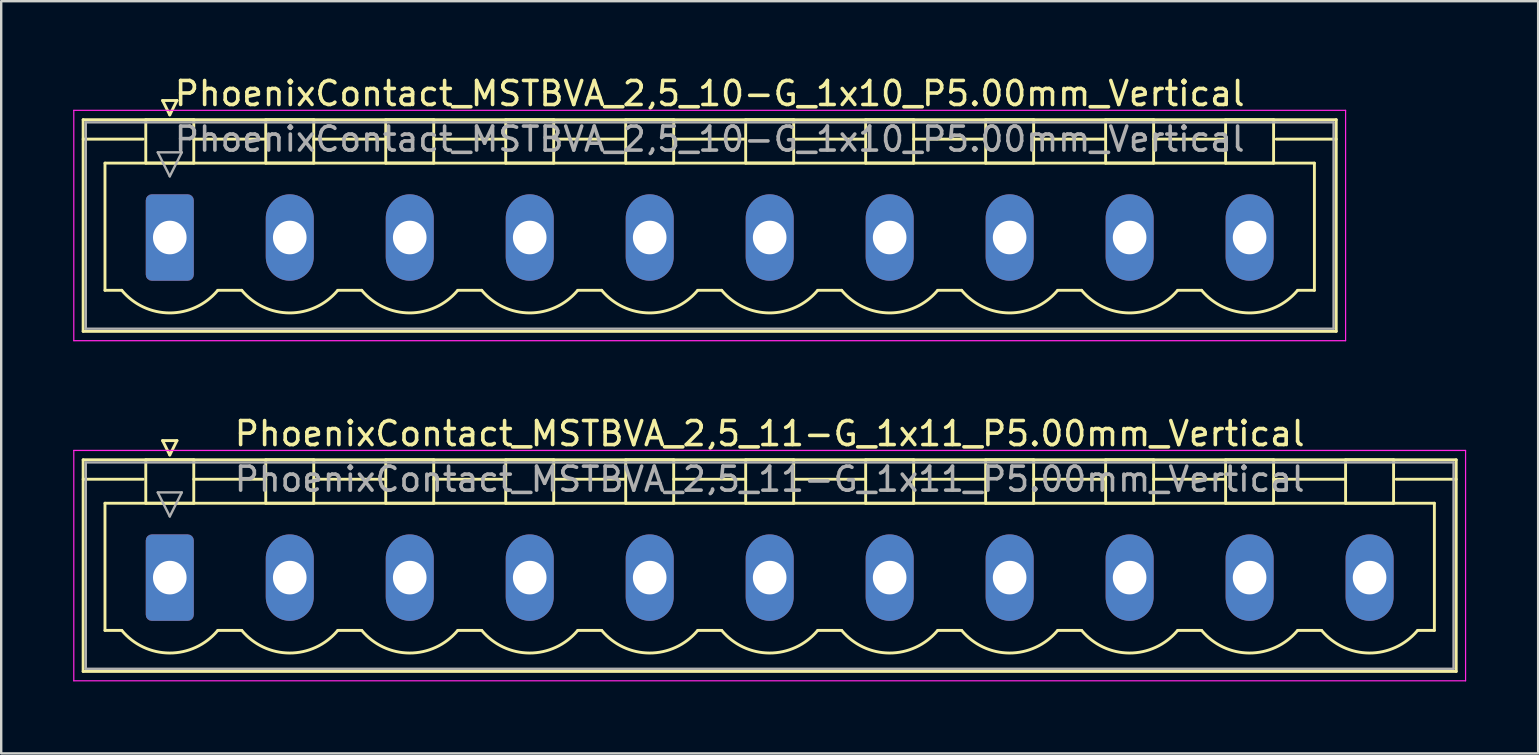
<source format=kicad_pcb>
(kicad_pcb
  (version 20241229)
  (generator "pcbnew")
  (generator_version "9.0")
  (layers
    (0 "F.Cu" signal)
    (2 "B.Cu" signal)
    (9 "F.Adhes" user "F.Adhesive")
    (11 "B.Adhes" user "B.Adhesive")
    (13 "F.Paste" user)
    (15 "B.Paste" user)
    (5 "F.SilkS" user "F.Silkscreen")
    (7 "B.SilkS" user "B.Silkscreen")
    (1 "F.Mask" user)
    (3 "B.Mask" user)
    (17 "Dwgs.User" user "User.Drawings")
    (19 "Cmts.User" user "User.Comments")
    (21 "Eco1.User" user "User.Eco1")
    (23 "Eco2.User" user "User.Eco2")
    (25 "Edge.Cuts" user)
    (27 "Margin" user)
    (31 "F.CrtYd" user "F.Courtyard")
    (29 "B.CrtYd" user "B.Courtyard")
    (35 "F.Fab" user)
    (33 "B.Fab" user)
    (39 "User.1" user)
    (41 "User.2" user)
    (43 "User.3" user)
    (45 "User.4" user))
  (footprint "PhoenixContact_MSTBVA_2,5_10-G_1x10_P5.00mm_Vertical"
    (layer "F.Cu")
    (at 4.025 6.848)
    (property "Reference" "PhoenixContact_MSTBVA_2,5_10-G_1x10_P5.00mm_Vertical" (at 22.5 -6 0) (layer "F.SilkS") (effects (font (size 1 1) (thickness 0.15))))
    (attr through_hole)
    (fp_line (start -3.61 -4.91) (end -3.61 3.91) (stroke (width 0.12) (type solid)) (layer "F.SilkS"))
    (fp_line (start -3.61 -4.1) (end -1.11 -4.1) (stroke (width 0.12) (type solid)) (layer "F.SilkS"))
    (fp_line (start -3.61 3.91) (end 48.61 3.91) (stroke (width 0.12) (type solid)) (layer "F.SilkS"))
    (fp_line (start -2.7 -3.1) (end 47.7 -3.1) (stroke (width 0.12) (type solid)) (layer "F.SilkS"))
    (fp_line (start -2.7 2.2) (end -2.7 -3.1) (stroke (width 0.12) (type solid)) (layer "F.SilkS"))
    (fp_line (start -2 2.2) (end -2.7 2.2) (stroke (width 0.12) (type solid)) (layer "F.SilkS"))
    (fp_line (start -1 -4.91) (end 1 -4.91) (stroke (width 0.12) (type solid)) (layer "F.SilkS"))
    (fp_line (start -1 -3.1) (end -1 -4.91) (stroke (width 0.12) (type solid)) (layer "F.SilkS"))
    (fp_line (start -0.3 -5.71) (end 0.3 -5.71) (stroke (width 0.12) (type solid)) (layer "F.SilkS"))
    (fp_line (start 0 -5.11) (end -0.3 -5.71) (stroke (width 0.12) (type solid)) (layer "F.SilkS"))
    (fp_line (start 0.3 -5.71) (end 0 -5.11) (stroke (width 0.12) (type solid)) (layer "F.SilkS"))
    (fp_line (start 1 -4.91) (end 1 -3.1) (stroke (width 0.12) (type solid)) (layer "F.SilkS"))
    (fp_line (start 1 -4.1) (end 4 -4.1) (stroke (width 0.12) (type solid)) (layer "F.SilkS"))
    (fp_line (start 1 -3.1) (end -1 -3.1) (stroke (width 0.12) (type solid)) (layer "F.SilkS"))
    (fp_line (start 2 2.2) (end 3 2.2) (stroke (width 0.12) (type solid)) (layer "F.SilkS"))
    (fp_line (start 4 -4.91) (end 6 -4.91) (stroke (width 0.12) (type solid)) (layer "F.SilkS"))
    (fp_line (start 4 -3.1) (end 4 -4.91) (stroke (width 0.12) (type solid)) (layer "F.SilkS"))
    (fp_line (start 6 -4.91) (end 6 -3.1) (stroke (width 0.12) (type solid)) (layer "F.SilkS"))
    (fp_line (start 6 -4.1) (end 9 -4.1) (stroke (width 0.12) (type solid)) (layer "F.SilkS"))
    (fp_line (start 6 -3.1) (end 4 -3.1) (stroke (width 0.12) (type solid)) (layer "F.SilkS"))
    (fp_line (start 7 2.2) (end 8 2.2) (stroke (width 0.12) (type solid)) (layer "F.SilkS"))
    (fp_line (start 9 -4.91) (end 11 -4.91) (stroke (width 0.12) (type solid)) (layer "F.SilkS"))
    (fp_line (start 9 -3.1) (end 9 -4.91) (stroke (width 0.12) (type solid)) (layer "F.SilkS"))
    (fp_line (start 11 -4.91) (end 11 -3.1) (stroke (width 0.12) (type solid)) (layer "F.SilkS"))
    (fp_line (start 11 -4.1) (end 14 -4.1) (stroke (width 0.12) (type solid)) (layer "F.SilkS"))
    (fp_line (start 11 -3.1) (end 9 -3.1) (stroke (width 0.12) (type solid)) (layer "F.SilkS"))
    (fp_line (start 12 2.2) (end 13 2.2) (stroke (width 0.12) (type solid)) (layer "F.SilkS"))
    (fp_line (start 14 -4.91) (end 16 -4.91) (stroke (width 0.12) (type solid)) (layer "F.SilkS"))
    (fp_line (start 14 -3.1) (end 14 -4.91) (stroke (width 0.12) (type solid)) (layer "F.SilkS"))
    (fp_line (start 16 -4.91) (end 16 -3.1) (stroke (width 0.12) (type solid)) (layer "F.SilkS"))
    (fp_line (start 16 -4.1) (end 19 -4.1) (stroke (width 0.12) (type solid)) (layer "F.SilkS"))
    (fp_line (start 16 -3.1) (end 14 -3.1) (stroke (width 0.12) (type solid)) (layer "F.SilkS"))
    (fp_line (start 17 2.2) (end 18 2.2) (stroke (width 0.12) (type solid)) (layer "F.SilkS"))
    (fp_line (start 19 -4.91) (end 21 -4.91) (stroke (width 0.12) (type solid)) (layer "F.SilkS"))
    (fp_line (start 19 -3.1) (end 19 -4.91) (stroke (width 0.12) (type solid)) (layer "F.SilkS"))
    (fp_line (start 21 -4.91) (end 21 -3.1) (stroke (width 0.12) (type solid)) (layer "F.SilkS"))
    (fp_line (start 21 -4.1) (end 24 -4.1) (stroke (width 0.12) (type solid)) (layer "F.SilkS"))
    (fp_line (start 21 -3.1) (end 19 -3.1) (stroke (width 0.12) (type solid)) (layer "F.SilkS"))
    (fp_line (start 22 2.2) (end 23 2.2) (stroke (width 0.12) (type solid)) (layer "F.SilkS"))
    (fp_line (start 24 -4.91) (end 26 -4.91) (stroke (width 0.12) (type solid)) (layer "F.SilkS"))
    (fp_line (start 24 -3.1) (end 24 -4.91) (stroke (width 0.12) (type solid)) (layer "F.SilkS"))
    (fp_line (start 26 -4.91) (end 26 -3.1) (stroke (width 0.12) (type solid)) (layer "F.SilkS"))
    (fp_line (start 26 -4.1) (end 29 -4.1) (stroke (width 0.12) (type solid)) (layer "F.SilkS"))
    (fp_line (start 26 -3.1) (end 24 -3.1) (stroke (width 0.12) (type solid)) (layer "F.SilkS"))
    (fp_line (start 27 2.2) (end 28 2.2) (stroke (width 0.12) (type solid)) (layer "F.SilkS"))
    (fp_line (start 29 -4.91) (end 31 -4.91) (stroke (width 0.12) (type solid)) (layer "F.SilkS"))
    (fp_line (start 29 -3.1) (end 29 -4.91) (stroke (width 0.12) (type solid)) (layer "F.SilkS"))
    (fp_line (start 31 -4.91) (end 31 -3.1) (stroke (width 0.12) (type solid)) (layer "F.SilkS"))
    (fp_line (start 31 -4.1) (end 34 -4.1) (stroke (width 0.12) (type solid)) (layer "F.SilkS"))
    (fp_line (start 31 -3.1) (end 29 -3.1) (stroke (width 0.12) (type solid)) (layer "F.SilkS"))
    (fp_line (start 32 2.2) (end 33 2.2) (stroke (width 0.12) (type solid)) (layer "F.SilkS"))
    (fp_line (start 34 -4.91) (end 36 -4.91) (stroke (width 0.12) (type solid)) (layer "F.SilkS"))
    (fp_line (start 34 -3.1) (end 34 -4.91) (stroke (width 0.12) (type solid)) (layer "F.SilkS"))
    (fp_line (start 36 -4.91) (end 36 -3.1) (stroke (width 0.12) (type solid)) (layer "F.SilkS"))
    (fp_line (start 36 -4.1) (end 39 -4.1) (stroke (width 0.12) (type solid)) (layer "F.SilkS"))
    (fp_line (start 36 -3.1) (end 34 -3.1) (stroke (width 0.12) (type solid)) (layer "F.SilkS"))
    (fp_line (start 37 2.2) (end 38 2.2) (stroke (width 0.12) (type solid)) (layer "F.SilkS"))
    (fp_line (start 39 -4.91) (end 41 -4.91) (stroke (width 0.12) (type solid)) (layer "F.SilkS"))
    (fp_line (start 39 -3.1) (end 39 -4.91) (stroke (width 0.12) (type solid)) (layer "F.SilkS"))
    (fp_line (start 41 -4.91) (end 41 -3.1) (stroke (width 0.12) (type solid)) (layer "F.SilkS"))
    (fp_line (start 41 -4.1) (end 44 -4.1) (stroke (width 0.12) (type solid)) (layer "F.SilkS"))
    (fp_line (start 41 -3.1) (end 39 -3.1) (stroke (width 0.12) (type solid)) (layer "F.SilkS"))
    (fp_line (start 42 2.2) (end 43 2.2) (stroke (width 0.12) (type solid)) (layer "F.SilkS"))
    (fp_line (start 44 -4.91) (end 46 -4.91) (stroke (width 0.12) (type solid)) (layer "F.SilkS"))
    (fp_line (start 44 -3.1) (end 44 -4.91) (stroke (width 0.12) (type solid)) (layer "F.SilkS"))
    (fp_line (start 46 -4.91) (end 46 -3.1) (stroke (width 0.12) (type solid)) (layer "F.SilkS"))
    (fp_line (start 46 -3.1) (end 44 -3.1) (stroke (width 0.12) (type solid)) (layer "F.SilkS"))
    (fp_line (start 47.7 -3.1) (end 47.7 2.2) (stroke (width 0.12) (type solid)) (layer "F.SilkS"))
    (fp_line (start 47.7 2.2) (end 47 2.2) (stroke (width 0.12) (type solid)) (layer "F.SilkS"))
    (fp_line (start 48.61 -4.91) (end -3.61 -4.91) (stroke (width 0.12) (type solid)) (layer "F.SilkS"))
    (fp_line (start 48.61 -4.1) (end 46.11 -4.1) (stroke (width 0.12) (type solid)) (layer "F.SilkS"))
    (fp_line (start 48.61 3.91) (end 48.61 -4.91) (stroke (width 0.12) (type solid)) (layer "F.SilkS"))
    (fp_arc (start 1.986842 2.215821) (mid -0.010289 3.142758) (end -2 2.2) (stroke (width 0.12) (type solid)) (layer "F.SilkS"))
    (fp_arc (start 6.986842 2.215821) (mid 4.989711 3.142758) (end 3 2.2) (stroke (width 0.12) (type solid)) (layer "F.SilkS"))
    (fp_arc (start 11.986842 2.215821) (mid 9.989711 3.142758) (end 8 2.2) (stroke (width 0.12) (type solid)) (layer "F.SilkS"))
    (fp_arc (start 16.986842 2.215821) (mid 14.989711 3.142758) (end 13 2.2) (stroke (width 0.12) (type solid)) (layer "F.SilkS"))
    (fp_arc (start 21.986842 2.215821) (mid 19.989711 3.142758) (end 18 2.2) (stroke (width 0.12) (type solid)) (layer "F.SilkS"))
    (fp_arc (start 26.986842 2.215821) (mid 24.989711 3.142758) (end 23 2.2) (stroke (width 0.12) (type solid)) (layer "F.SilkS"))
    (fp_arc (start 31.986842 2.215821) (mid 29.989711 3.142758) (end 28 2.2) (stroke (width 0.12) (type solid)) (layer "F.SilkS"))
    (fp_arc (start 36.986842 2.215821) (mid 34.989711 3.142758) (end 33 2.2) (stroke (width 0.12) (type solid)) (layer "F.SilkS"))
    (fp_arc (start 41.986842 2.215821) (mid 39.989711 3.142758) (end 38 2.2) (stroke (width 0.12) (type solid)) (layer "F.SilkS"))
    (fp_arc (start 46.986842 2.215821) (mid 44.989711 3.142758) (end 43 2.2) (stroke (width 0.12) (type solid)) (layer "F.SilkS"))
    (fp_line (start -4 -5.3) (end -4 4.3) (stroke (width 0.05) (type solid)) (layer "F.CrtYd"))
    (fp_line (start -4 4.3) (end 49 4.3) (stroke (width 0.05) (type solid)) (layer "F.CrtYd"))
    (fp_line (start 49 -5.3) (end -4 -5.3) (stroke (width 0.05) (type solid)) (layer "F.CrtYd"))
    (fp_line (start 49 4.3) (end 49 -5.3) (stroke (width 0.05) (type solid)) (layer "F.CrtYd"))
    (fp_line (start -3.5 -4.8) (end -3.5 3.8) (stroke (width 0.1) (type solid)) (layer "F.Fab"))
    (fp_line (start -3.5 3.8) (end 48.5 3.8) (stroke (width 0.1) (type solid)) (layer "F.Fab"))
    (fp_line (start -0.5 -3.55) (end 0.5 -3.55) (stroke (width 0.1) (type solid)) (layer "F.Fab"))
    (fp_line (start 0 -2.55) (end -0.5 -3.55) (stroke (width 0.1) (type solid)) (layer "F.Fab"))
    (fp_line (start 0.5 -3.55) (end 0 -2.55) (stroke (width 0.1) (type solid)) (layer "F.Fab"))
    (fp_line (start 48.5 -4.8) (end -3.5 -4.8) (stroke (width 0.1) (type solid)) (layer "F.Fab"))
    (fp_line (start 48.5 3.8) (end 48.5 -4.8) (stroke (width 0.1) (type solid)) (layer "F.Fab"))
    (fp_text user "${REFERENCE}" (at 22.5 -4.1 0) (layer "F.Fab") (effects (font (size 1 1) (thickness 0.15))))
    (pad "1" thru_hole roundrect (at 0 0) (size 2 3.6) (drill 1.4) (layers "*.Cu" "*.Mask") (roundrect_rratio 0.125))
    (pad "2" thru_hole oval (at 5 0) (size 2 3.6) (drill 1.4) (layers "*.Cu" "*.Mask"))
    (pad "3" thru_hole oval (at 10 0) (size 2 3.6) (drill 1.4) (layers "*.Cu" "*.Mask"))
    (pad "4" thru_hole oval (at 15 0) (size 2 3.6) (drill 1.4) (layers "*.Cu" "*.Mask"))
    (pad "5" thru_hole oval (at 20 0) (size 2 3.6) (drill 1.4) (layers "*.Cu" "*.Mask"))
    (pad "6" thru_hole oval (at 25 0) (size 2 3.6) (drill 1.4) (layers "*.Cu" "*.Mask"))
    (pad "7" thru_hole oval (at 30 0) (size 2 3.6) (drill 1.4) (layers "*.Cu" "*.Mask"))
    (pad "8" thru_hole oval (at 35 0) (size 2 3.6) (drill 1.4) (layers "*.Cu" "*.Mask"))
    (pad "9" thru_hole oval (at 40 0) (size 2 3.6) (drill 1.4) (layers "*.Cu" "*.Mask"))
    (pad "10" thru_hole oval (at 45 0) (size 2 3.6) (drill 1.4) (layers "*.Cu" "*.Mask")))
  (footprint "PhoenixContact_MSTBVA_2,5_11-G_1x11_P5.00mm_Vertical"
    (layer "F.Cu")
    (at 4.025 21.021)
    (property "Reference" "PhoenixContact_MSTBVA_2,5_11-G_1x11_P5.00mm_Vertical" (at 25 -6 0) (layer "F.SilkS") (effects (font (size 1 1) (thickness 0.15))))
    (attr through_hole)
    (fp_line (start -3.61 -4.91) (end -3.61 3.91) (stroke (width 0.12) (type solid)) (layer "F.SilkS"))
    (fp_line (start -3.61 -4.1) (end -1.11 -4.1) (stroke (width 0.12) (type solid)) (layer "F.SilkS"))
    (fp_line (start -3.61 3.91) (end 53.61 3.91) (stroke (width 0.12) (type solid)) (layer "F.SilkS"))
    (fp_line (start -2.7 -3.1) (end 52.7 -3.1) (stroke (width 0.12) (type solid)) (layer "F.SilkS"))
    (fp_line (start -2.7 2.2) (end -2.7 -3.1) (stroke (width 0.12) (type solid)) (layer "F.SilkS"))
    (fp_line (start -2 2.2) (end -2.7 2.2) (stroke (width 0.12) (type solid)) (layer "F.SilkS"))
    (fp_line (start -1 -4.91) (end 1 -4.91) (stroke (width 0.12) (type solid)) (layer "F.SilkS"))
    (fp_line (start -1 -3.1) (end -1 -4.91) (stroke (width 0.12) (type solid)) (layer "F.SilkS"))
    (fp_line (start -0.3 -5.71) (end 0.3 -5.71) (stroke (width 0.12) (type solid)) (layer "F.SilkS"))
    (fp_line (start 0 -5.11) (end -0.3 -5.71) (stroke (width 0.12) (type solid)) (layer "F.SilkS"))
    (fp_line (start 0.3 -5.71) (end 0 -5.11) (stroke (width 0.12) (type solid)) (layer "F.SilkS"))
    (fp_line (start 1 -4.91) (end 1 -3.1) (stroke (width 0.12) (type solid)) (layer "F.SilkS"))
    (fp_line (start 1 -4.1) (end 4 -4.1) (stroke (width 0.12) (type solid)) (layer "F.SilkS"))
    (fp_line (start 1 -3.1) (end -1 -3.1) (stroke (width 0.12) (type solid)) (layer "F.SilkS"))
    (fp_line (start 2 2.2) (end 3 2.2) (stroke (width 0.12) (type solid)) (layer "F.SilkS"))
    (fp_line (start 4 -4.91) (end 6 -4.91) (stroke (width 0.12) (type solid)) (layer "F.SilkS"))
    (fp_line (start 4 -3.1) (end 4 -4.91) (stroke (width 0.12) (type solid)) (layer "F.SilkS"))
    (fp_line (start 6 -4.91) (end 6 -3.1) (stroke (width 0.12) (type solid)) (layer "F.SilkS"))
    (fp_line (start 6 -4.1) (end 9 -4.1) (stroke (width 0.12) (type solid)) (layer "F.SilkS"))
    (fp_line (start 6 -3.1) (end 4 -3.1) (stroke (width 0.12) (type solid)) (layer "F.SilkS"))
    (fp_line (start 7 2.2) (end 8 2.2) (stroke (width 0.12) (type solid)) (layer "F.SilkS"))
    (fp_line (start 9 -4.91) (end 11 -4.91) (stroke (width 0.12) (type solid)) (layer "F.SilkS"))
    (fp_line (start 9 -3.1) (end 9 -4.91) (stroke (width 0.12) (type solid)) (layer "F.SilkS"))
    (fp_line (start 11 -4.91) (end 11 -3.1) (stroke (width 0.12) (type solid)) (layer "F.SilkS"))
    (fp_line (start 11 -4.1) (end 14 -4.1) (stroke (width 0.12) (type solid)) (layer "F.SilkS"))
    (fp_line (start 11 -3.1) (end 9 -3.1) (stroke (width 0.12) (type solid)) (layer "F.SilkS"))
    (fp_line (start 12 2.2) (end 13 2.2) (stroke (width 0.12) (type solid)) (layer "F.SilkS"))
    (fp_line (start 14 -4.91) (end 16 -4.91) (stroke (width 0.12) (type solid)) (layer "F.SilkS"))
    (fp_line (start 14 -3.1) (end 14 -4.91) (stroke (width 0.12) (type solid)) (layer "F.SilkS"))
    (fp_line (start 16 -4.91) (end 16 -3.1) (stroke (width 0.12) (type solid)) (layer "F.SilkS"))
    (fp_line (start 16 -4.1) (end 19 -4.1) (stroke (width 0.12) (type solid)) (layer "F.SilkS"))
    (fp_line (start 16 -3.1) (end 14 -3.1) (stroke (width 0.12) (type solid)) (layer "F.SilkS"))
    (fp_line (start 17 2.2) (end 18 2.2) (stroke (width 0.12) (type solid)) (layer "F.SilkS"))
    (fp_line (start 19 -4.91) (end 21 -4.91) (stroke (width 0.12) (type solid)) (layer "F.SilkS"))
    (fp_line (start 19 -3.1) (end 19 -4.91) (stroke (width 0.12) (type solid)) (layer "F.SilkS"))
    (fp_line (start 21 -4.91) (end 21 -3.1) (stroke (width 0.12) (type solid)) (layer "F.SilkS"))
    (fp_line (start 21 -4.1) (end 24 -4.1) (stroke (width 0.12) (type solid)) (layer "F.SilkS"))
    (fp_line (start 21 -3.1) (end 19 -3.1) (stroke (width 0.12) (type solid)) (layer "F.SilkS"))
    (fp_line (start 22 2.2) (end 23 2.2) (stroke (width 0.12) (type solid)) (layer "F.SilkS"))
    (fp_line (start 24 -4.91) (end 26 -4.91) (stroke (width 0.12) (type solid)) (layer "F.SilkS"))
    (fp_line (start 24 -3.1) (end 24 -4.91) (stroke (width 0.12) (type solid)) (layer "F.SilkS"))
    (fp_line (start 26 -4.91) (end 26 -3.1) (stroke (width 0.12) (type solid)) (layer "F.SilkS"))
    (fp_line (start 26 -4.1) (end 29 -4.1) (stroke (width 0.12) (type solid)) (layer "F.SilkS"))
    (fp_line (start 26 -3.1) (end 24 -3.1) (stroke (width 0.12) (type solid)) (layer "F.SilkS"))
    (fp_line (start 27 2.2) (end 28 2.2) (stroke (width 0.12) (type solid)) (layer "F.SilkS"))
    (fp_line (start 29 -4.91) (end 31 -4.91) (stroke (width 0.12) (type solid)) (layer "F.SilkS"))
    (fp_line (start 29 -3.1) (end 29 -4.91) (stroke (width 0.12) (type solid)) (layer "F.SilkS"))
    (fp_line (start 31 -4.91) (end 31 -3.1) (stroke (width 0.12) (type solid)) (layer "F.SilkS"))
    (fp_line (start 31 -4.1) (end 34 -4.1) (stroke (width 0.12) (type solid)) (layer "F.SilkS"))
    (fp_line (start 31 -3.1) (end 29 -3.1) (stroke (width 0.12) (type solid)) (layer "F.SilkS"))
    (fp_line (start 32 2.2) (end 33 2.2) (stroke (width 0.12) (type solid)) (layer "F.SilkS"))
    (fp_line (start 34 -4.91) (end 36 -4.91) (stroke (width 0.12) (type solid)) (layer "F.SilkS"))
    (fp_line (start 34 -3.1) (end 34 -4.91) (stroke (width 0.12) (type solid)) (layer "F.SilkS"))
    (fp_line (start 36 -4.91) (end 36 -3.1) (stroke (width 0.12) (type solid)) (layer "F.SilkS"))
    (fp_line (start 36 -4.1) (end 39 -4.1) (stroke (width 0.12) (type solid)) (layer "F.SilkS"))
    (fp_line (start 36 -3.1) (end 34 -3.1) (stroke (width 0.12) (type solid)) (layer "F.SilkS"))
    (fp_line (start 37 2.2) (end 38 2.2) (stroke (width 0.12) (type solid)) (layer "F.SilkS"))
    (fp_line (start 39 -4.91) (end 41 -4.91) (stroke (width 0.12) (type solid)) (layer "F.SilkS"))
    (fp_line (start 39 -3.1) (end 39 -4.91) (stroke (width 0.12) (type solid)) (layer "F.SilkS"))
    (fp_line (start 41 -4.91) (end 41 -3.1) (stroke (width 0.12) (type solid)) (layer "F.SilkS"))
    (fp_line (start 41 -4.1) (end 44 -4.1) (stroke (width 0.12) (type solid)) (layer "F.SilkS"))
    (fp_line (start 41 -3.1) (end 39 -3.1) (stroke (width 0.12) (type solid)) (layer "F.SilkS"))
    (fp_line (start 42 2.2) (end 43 2.2) (stroke (width 0.12) (type solid)) (layer "F.SilkS"))
    (fp_line (start 44 -4.91) (end 46 -4.91) (stroke (width 0.12) (type solid)) (layer "F.SilkS"))
    (fp_line (start 44 -3.1) (end 44 -4.91) (stroke (width 0.12) (type solid)) (layer "F.SilkS"))
    (fp_line (start 46 -4.91) (end 46 -3.1) (stroke (width 0.12) (type solid)) (layer "F.SilkS"))
    (fp_line (start 46 -4.1) (end 49 -4.1) (stroke (width 0.12) (type solid)) (layer "F.SilkS"))
    (fp_line (start 46 -3.1) (end 44 -3.1) (stroke (width 0.12) (type solid)) (layer "F.SilkS"))
    (fp_line (start 47 2.2) (end 48 2.2) (stroke (width 0.12) (type solid)) (layer "F.SilkS"))
    (fp_line (start 49 -4.91) (end 51 -4.91) (stroke (width 0.12) (type solid)) (layer "F.SilkS"))
    (fp_line (start 49 -3.1) (end 49 -4.91) (stroke (width 0.12) (type solid)) (layer "F.SilkS"))
    (fp_line (start 51 -4.91) (end 51 -3.1) (stroke (width 0.12) (type solid)) (layer "F.SilkS"))
    (fp_line (start 51 -3.1) (end 49 -3.1) (stroke (width 0.12) (type solid)) (layer "F.SilkS"))
    (fp_line (start 52.7 -3.1) (end 52.7 2.2) (stroke (width 0.12) (type solid)) (layer "F.SilkS"))
    (fp_line (start 52.7 2.2) (end 52 2.2) (stroke (width 0.12) (type solid)) (layer "F.SilkS"))
    (fp_line (start 53.61 -4.91) (end -3.61 -4.91) (stroke (width 0.12) (type solid)) (layer "F.SilkS"))
    (fp_line (start 53.61 -4.1) (end 51.11 -4.1) (stroke (width 0.12) (type solid)) (layer "F.SilkS"))
    (fp_line (start 53.61 3.91) (end 53.61 -4.91) (stroke (width 0.12) (type solid)) (layer "F.SilkS"))
    (fp_arc (start 1.986842 2.215821) (mid -0.010289 3.142758) (end -2 2.2) (stroke (width 0.12) (type solid)) (layer "F.SilkS"))
    (fp_arc (start 6.986842 2.215821) (mid 4.989711 3.142758) (end 3 2.2) (stroke (width 0.12) (type solid)) (layer "F.SilkS"))
    (fp_arc (start 11.986842 2.215821) (mid 9.989711 3.142758) (end 8 2.2) (stroke (width 0.12) (type solid)) (layer "F.SilkS"))
    (fp_arc (start 16.986842 2.215821) (mid 14.989711 3.142758) (end 13 2.2) (stroke (width 0.12) (type solid)) (layer "F.SilkS"))
    (fp_arc (start 21.986842 2.215821) (mid 19.989711 3.142758) (end 18 2.2) (stroke (width 0.12) (type solid)) (layer "F.SilkS"))
    (fp_arc (start 26.986842 2.215821) (mid 24.989711 3.142758) (end 23 2.2) (stroke (width 0.12) (type solid)) (layer "F.SilkS"))
    (fp_arc (start 31.986842 2.215821) (mid 29.989711 3.142758) (end 28 2.2) (stroke (width 0.12) (type solid)) (layer "F.SilkS"))
    (fp_arc (start 36.986842 2.215821) (mid 34.989711 3.142758) (end 33 2.2) (stroke (width 0.12) (type solid)) (layer "F.SilkS"))
    (fp_arc (start 41.986842 2.215821) (mid 39.989711 3.142758) (end 38 2.2) (stroke (width 0.12) (type solid)) (layer "F.SilkS"))
    (fp_arc (start 46.986842 2.215821) (mid 44.989711 3.142758) (end 43 2.2) (stroke (width 0.12) (type solid)) (layer "F.SilkS"))
    (fp_arc (start 51.986842 2.215821) (mid 49.989711 3.142758) (end 48 2.2) (stroke (width 0.12) (type solid)) (layer "F.SilkS"))
    (fp_line (start -4 -5.3) (end -4 4.3) (stroke (width 0.05) (type solid)) (layer "F.CrtYd"))
    (fp_line (start -4 4.3) (end 54 4.3) (stroke (width 0.05) (type solid)) (layer "F.CrtYd"))
    (fp_line (start 54 -5.3) (end -4 -5.3) (stroke (width 0.05) (type solid)) (layer "F.CrtYd"))
    (fp_line (start 54 4.3) (end 54 -5.3) (stroke (width 0.05) (type solid)) (layer "F.CrtYd"))
    (fp_line (start -3.5 -4.8) (end -3.5 3.8) (stroke (width 0.1) (type solid)) (layer "F.Fab"))
    (fp_line (start -3.5 3.8) (end 53.5 3.8) (stroke (width 0.1) (type solid)) (layer "F.Fab"))
    (fp_line (start -0.5 -3.55) (end 0.5 -3.55) (stroke (width 0.1) (type solid)) (layer "F.Fab"))
    (fp_line (start 0 -2.55) (end -0.5 -3.55) (stroke (width 0.1) (type solid)) (layer "F.Fab"))
    (fp_line (start 0.5 -3.55) (end 0 -2.55) (stroke (width 0.1) (type solid)) (layer "F.Fab"))
    (fp_line (start 53.5 -4.8) (end -3.5 -4.8) (stroke (width 0.1) (type solid)) (layer "F.Fab"))
    (fp_line (start 53.5 3.8) (end 53.5 -4.8) (stroke (width 0.1) (type solid)) (layer "F.Fab"))
    (fp_text user "${REFERENCE}" (at 25 -4.1 0) (layer "F.Fab") (effects (font (size 1 1) (thickness 0.15))))
    (pad "1" thru_hole roundrect (at 0 0) (size 2 3.6) (drill 1.4) (layers "*.Cu" "*.Mask") (roundrect_rratio 0.125))
    (pad "2" thru_hole oval (at 5 0) (size 2 3.6) (drill 1.4) (layers "*.Cu" "*.Mask"))
    (pad "3" thru_hole oval (at 10 0) (size 2 3.6) (drill 1.4) (layers "*.Cu" "*.Mask"))
    (pad "4" thru_hole oval (at 15 0) (size 2 3.6) (drill 1.4) (layers "*.Cu" "*.Mask"))
    (pad "5" thru_hole oval (at 20 0) (size 2 3.6) (drill 1.4) (layers "*.Cu" "*.Mask"))
    (pad "6" thru_hole oval (at 25 0) (size 2 3.6) (drill 1.4) (layers "*.Cu" "*.Mask"))
    (pad "7" thru_hole oval (at 30 0) (size 2 3.6) (drill 1.4) (layers "*.Cu" "*.Mask"))
    (pad "8" thru_hole oval (at 35 0) (size 2 3.6) (drill 1.4) (layers "*.Cu" "*.Mask"))
    (pad "9" thru_hole oval (at 40 0) (size 2 3.6) (drill 1.4) (layers "*.Cu" "*.Mask"))
    (pad "10" thru_hole oval (at 45 0) (size 2 3.6) (drill 1.4) (layers "*.Cu" "*.Mask"))
    (pad "11" thru_hole oval (at 50 0) (size 2 3.6) (drill 1.4) (layers "*.Cu" "*.Mask")))
  (gr_rect
    (start -3 -3)
    (end 61.05 28.346)
    (stroke (width 0.1) (type default))
    (fill no)
    (layer "Edge.Cuts")))
</source>
